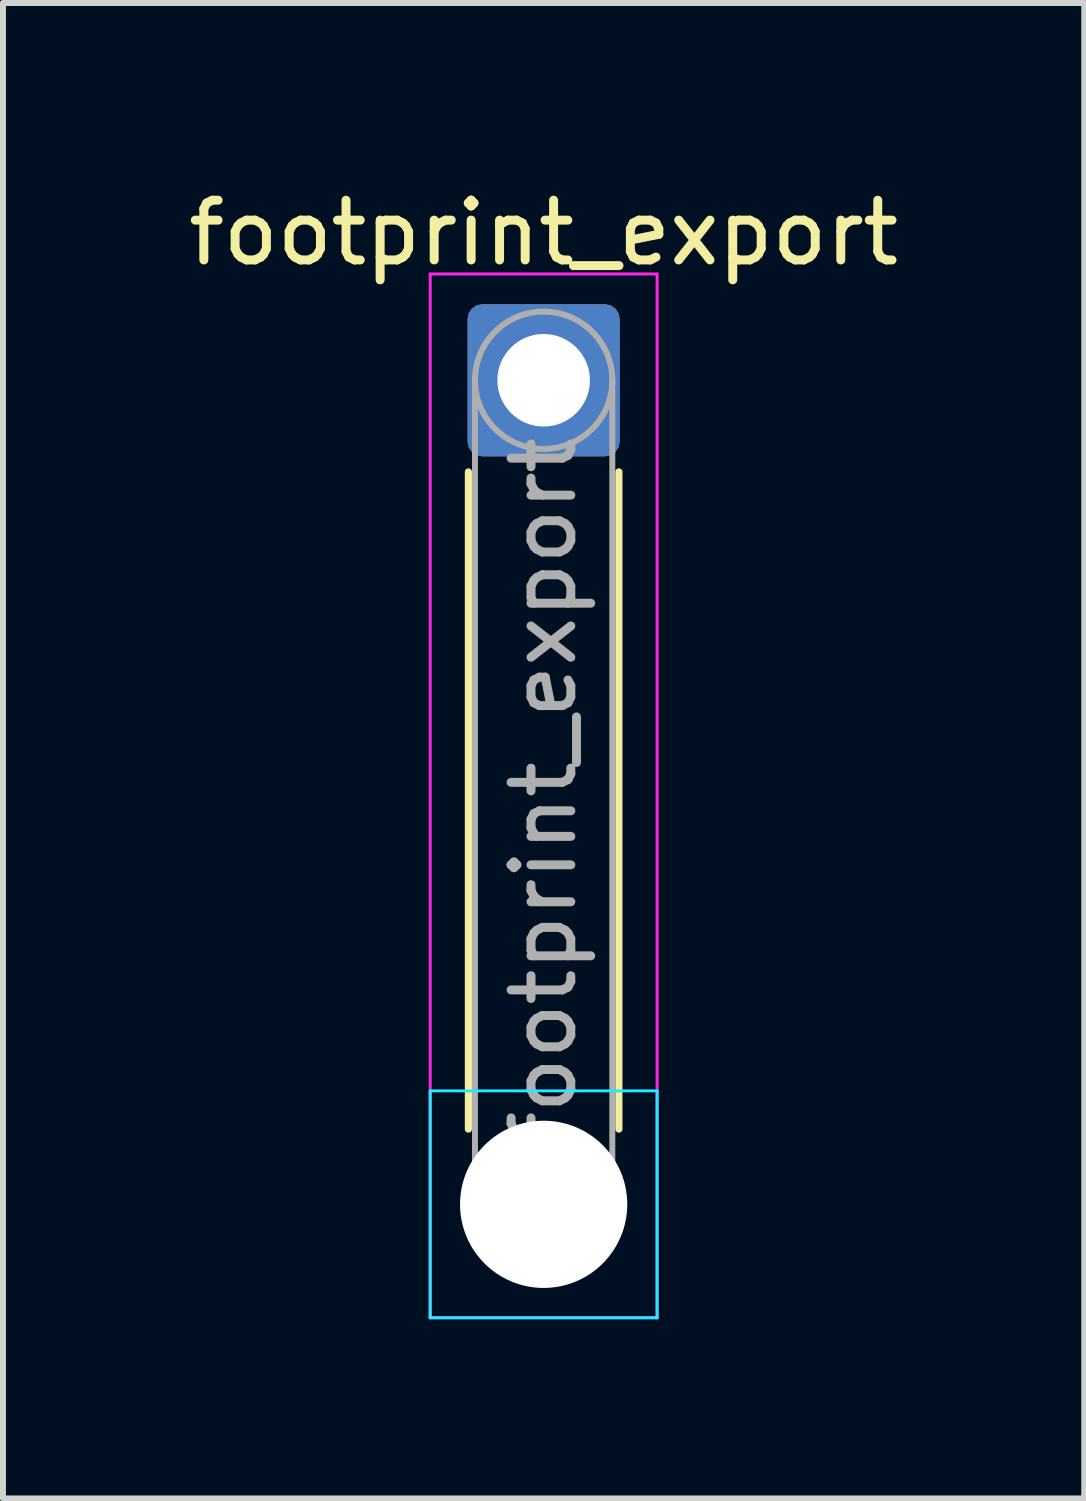
<source format=kicad_pcb>
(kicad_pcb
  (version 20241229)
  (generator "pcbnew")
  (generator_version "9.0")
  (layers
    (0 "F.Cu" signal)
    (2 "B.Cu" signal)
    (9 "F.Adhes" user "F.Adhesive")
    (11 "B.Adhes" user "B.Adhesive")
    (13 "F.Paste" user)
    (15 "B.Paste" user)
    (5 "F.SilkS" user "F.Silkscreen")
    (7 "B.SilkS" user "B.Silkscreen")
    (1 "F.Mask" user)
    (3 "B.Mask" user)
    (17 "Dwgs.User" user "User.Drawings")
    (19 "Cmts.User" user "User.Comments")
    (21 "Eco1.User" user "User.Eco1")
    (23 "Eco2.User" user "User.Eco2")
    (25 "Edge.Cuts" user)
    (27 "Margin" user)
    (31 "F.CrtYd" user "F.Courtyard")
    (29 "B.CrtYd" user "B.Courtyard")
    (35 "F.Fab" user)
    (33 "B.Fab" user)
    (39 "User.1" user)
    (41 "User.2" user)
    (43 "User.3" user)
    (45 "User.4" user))
  (footprint "footprint_export"
    (layer "F.Cu")
    (at 6.054 3.318)
    (property "Reference" "footprint_export" (at 0 -2.47 0) (layer "F.SilkS") (effects (font (size 1 1) (thickness 0.15))))
    (attr exclude_from_pos_files exclude_from_bom)
    (fp_line (start -1.26 1.535) (end -1.26 12.54) (stroke (width 0.12) (type solid)) (layer "F.SilkS"))
    (fp_line (start 1.26 1.535) (end 1.26 12.54) (stroke (width 0.12) (type solid)) (layer "F.SilkS"))
    (fp_line (start -1.9 11.9) (end -1.9 15.7) (stroke (width 0.05) (type solid)) (layer "B.CrtYd"))
    (fp_line (start -1.9 15.7) (end 1.9 15.7) (stroke (width 0.05) (type solid)) (layer "B.CrtYd"))
    (fp_line (start 1.9 11.9) (end -1.9 11.9) (stroke (width 0.05) (type solid)) (layer "B.CrtYd"))
    (fp_line (start 1.9 15.7) (end 1.9 11.9) (stroke (width 0.05) (type solid)) (layer "B.CrtYd"))
    (fp_line (start -1.9 -1.78) (end -1.9 15.7) (stroke (width 0.05) (type solid)) (layer "F.CrtYd"))
    (fp_line (start -1.9 15.7) (end 1.9 15.7) (stroke (width 0.05) (type solid)) (layer "F.CrtYd"))
    (fp_line (start 1.9 -1.78) (end -1.9 -1.78) (stroke (width 0.05) (type solid)) (layer "F.CrtYd"))
    (fp_line (start 1.9 15.7) (end 1.9 -1.78) (stroke (width 0.05) (type solid)) (layer "F.CrtYd"))
    (fp_line (start -1.15 0) (end -1.15 13.8) (stroke (width 0.1) (type solid)) (layer "F.Fab"))
    (fp_line (start 1.15 0) (end 1.15 13.8) (stroke (width 0.1) (type solid)) (layer "F.Fab"))
    (fp_circle (center 0 0) (end 1.15 0) (stroke (width 0.1) (type solid)) (fill no) (layer "F.Fab"))
    (fp_circle (center 0 13.8) (end 1.15 13.8) (stroke (width 0.1) (type solid)) (fill no) (layer "F.Fab"))
    (fp_text user "${REFERENCE}" (at 0 6.9 90) (layer "F.Fab") (effects (font (size 1 1) (thickness 0.15))))
    (pad "" np_thru_hole circle (at 0 13.8) (size 2.8 2.8) (drill 2.8) (layers "*.Cu" "*.Mask"))
    (pad "1" thru_hole roundrect (at 0 0) (size 2.55 2.55) (drill 1.55) (layers "*.Cu" "*.Mask") (roundrect_rratio 0.098)))
  (gr_rect
    (start -3 -3)
    (end 15.107 22.043)
    (stroke (width 0.1) (type default))
    (fill no)
    (layer "Edge.Cuts")))
</source>
